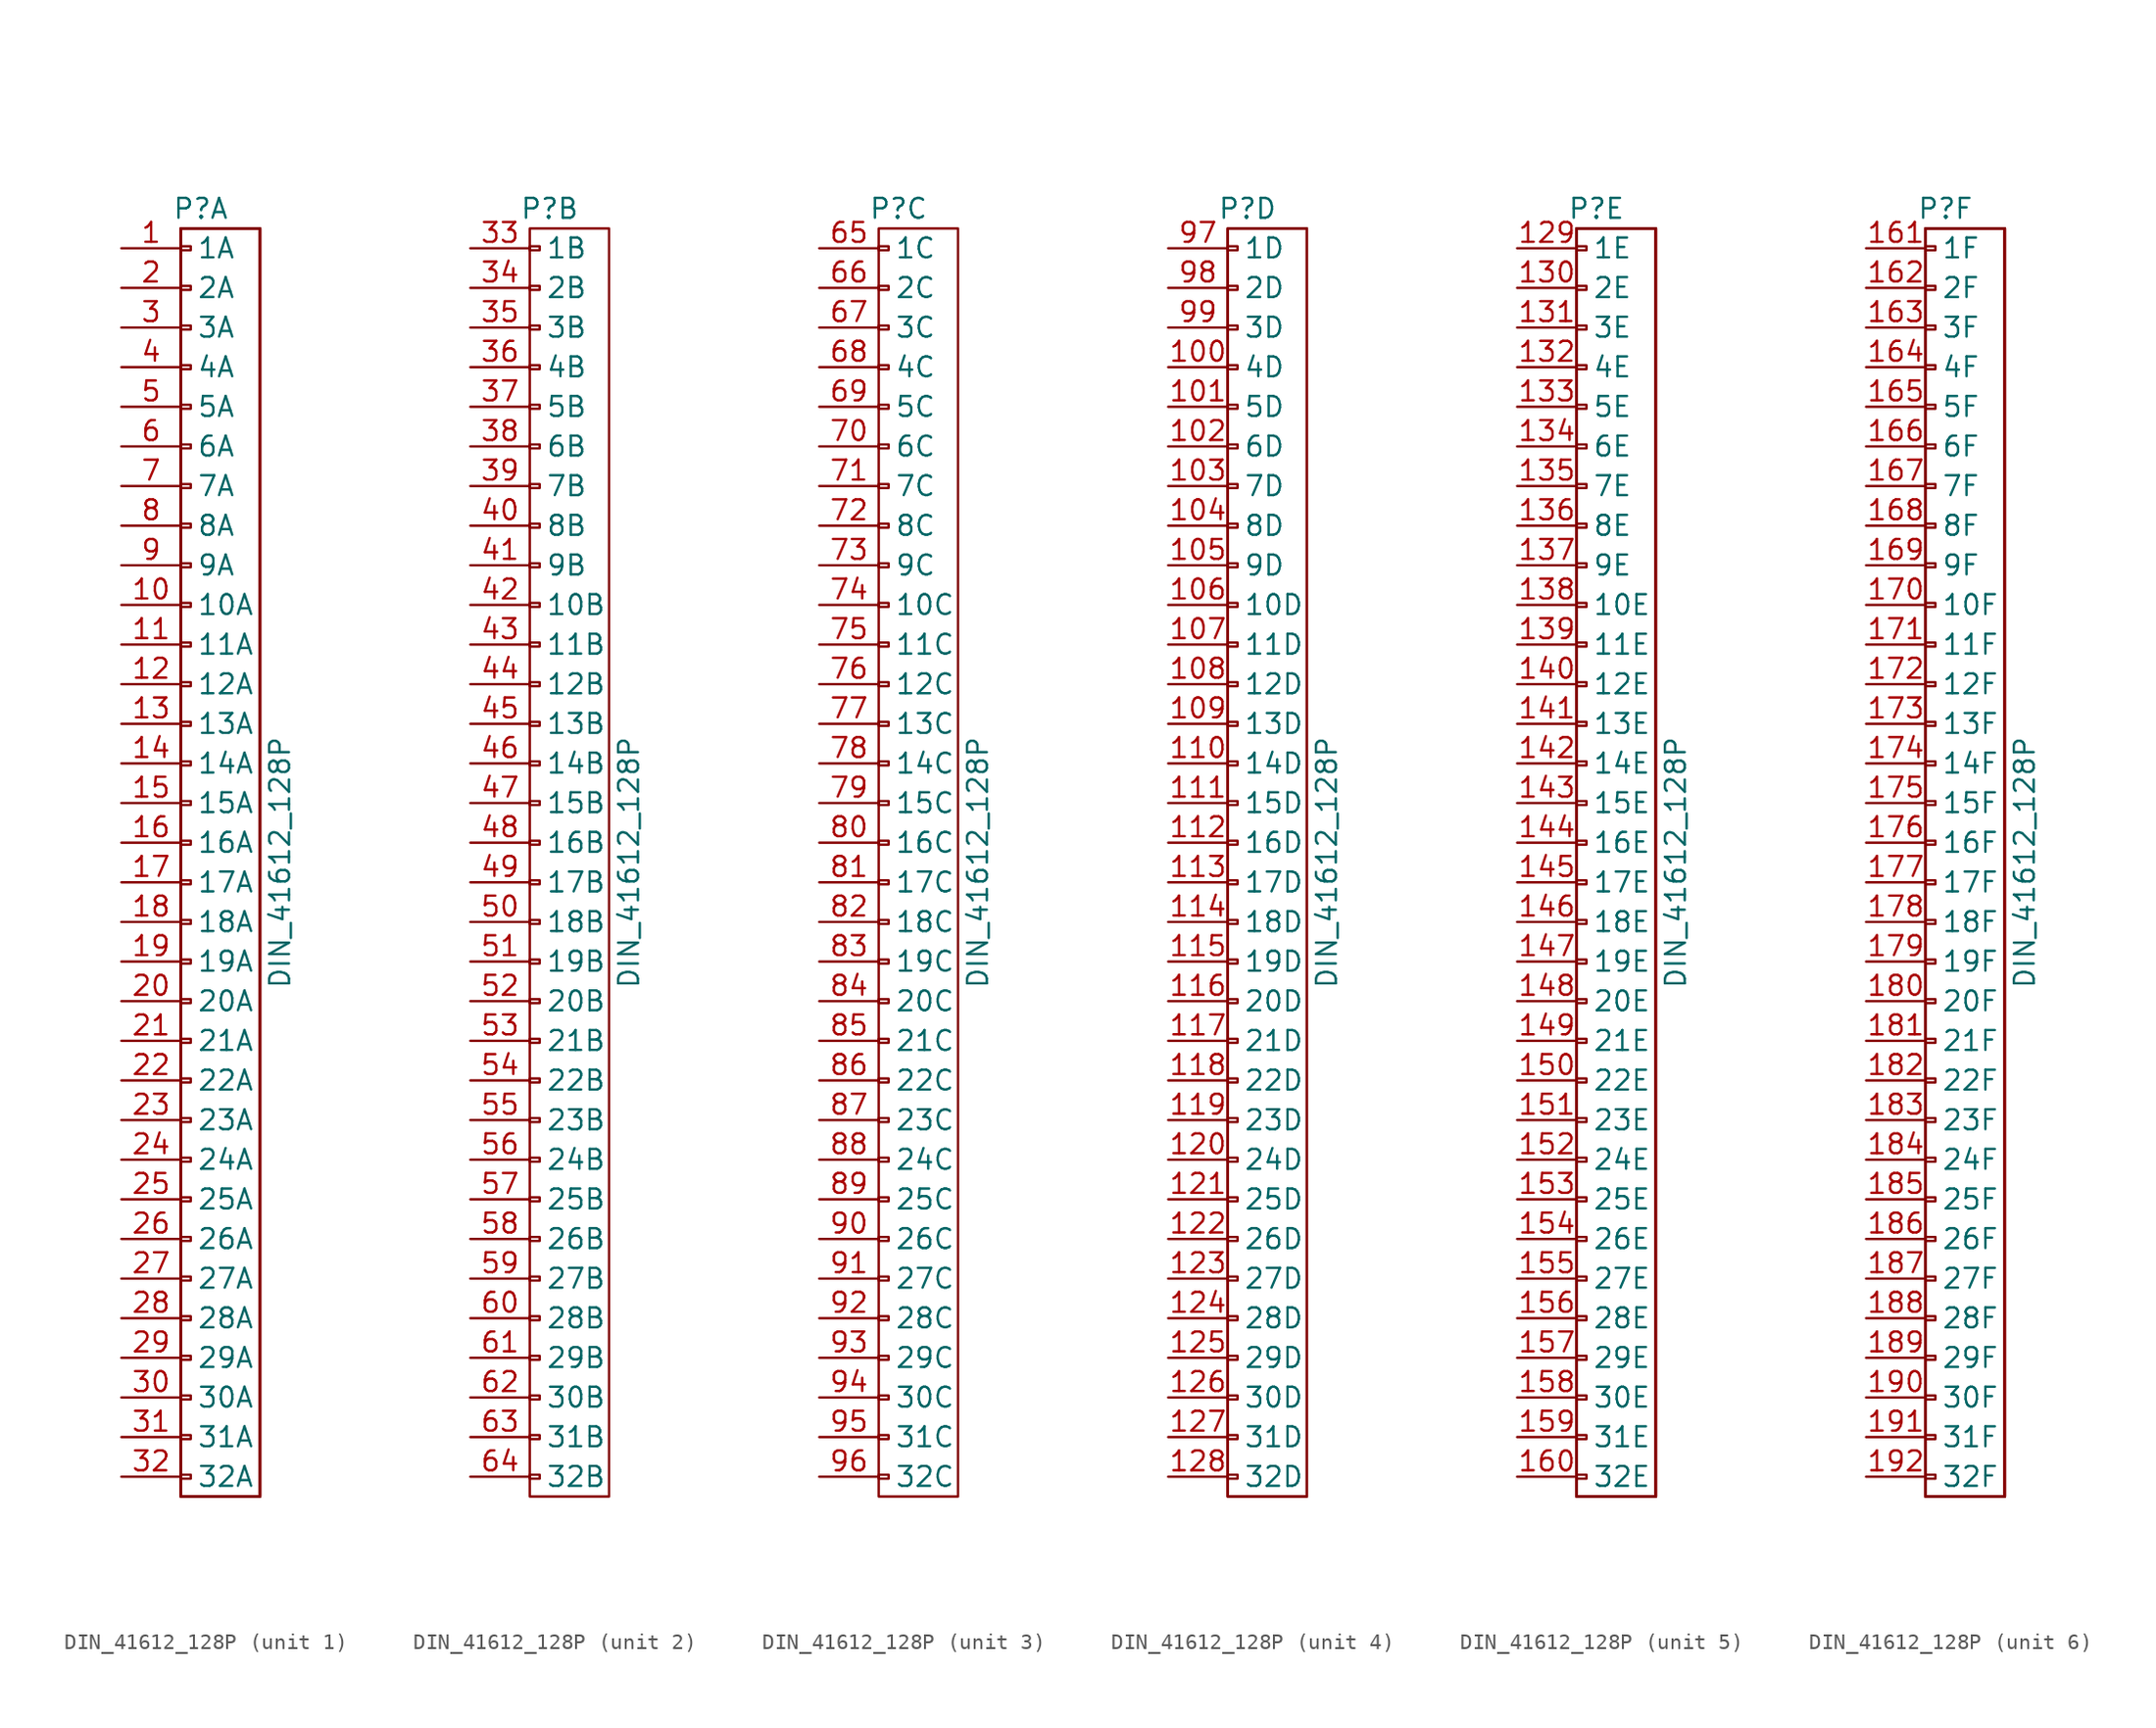
<source format=kicad_sym>
(kicad_symbol_lib
  (version 20211014)
  (generator kicad_symbol_editor)
  (symbol "DIN_41612_128P"
    (pin_names
      (offset 1.016))
    (property "Reference" "P"
      (at 0 41.91 0)
      (effects (font (size 1.27 1.27))))
    (property "Value" "DIN_41612_128P"
      (at 5.08 0 90)
      (effects (font (size 1.27 1.27))))
    (property "Footprint" ""
      (at 0 0 0)
      (effects (font (size 1.524 1.524))))
    (property "Datasheet" ""
      (at 0 0 0)
      (effects (font (size 1.524 1.524))))
    (property "ki_locked" ""
      (at 0 0 0)
      (effects (font (size 1.27 1.27))))
    (symbol "DIN_41612_128P_0_1"
      (rectangle (start -1.27 -39.243) (end -0.635 -39.497) (stroke (width 0) (type default) (color 0 0 0 0)) (fill (type none)))
      (rectangle (start -1.27 -36.703) (end -0.635 -36.957) (stroke (width 0) (type default) (color 0 0 0 0)) (fill (type none)))
      (rectangle (start -1.27 -34.163) (end -0.635 -34.417) (stroke (width 0) (type default) (color 0 0 0 0)) (fill (type none)))
      (rectangle (start -1.27 -31.623) (end -0.635 -31.877) (stroke (width 0) (type default) (color 0 0 0 0)) (fill (type none)))
      (rectangle (start -1.27 -29.083) (end -0.635 -29.337) (stroke (width 0) (type default) (color 0 0 0 0)) (fill (type none)))
      (rectangle (start -1.27 -26.543) (end -0.635 -26.797) (stroke (width 0) (type default) (color 0 0 0 0)) (fill (type none)))
      (rectangle (start -1.27 -24.003) (end -0.635 -24.257) (stroke (width 0) (type default) (color 0 0 0 0)) (fill (type none)))
      (rectangle (start -1.27 -21.463) (end -0.635 -21.717) (stroke (width 0) (type default) (color 0 0 0 0)) (fill (type none)))
      (rectangle (start -1.27 -18.923) (end -0.635 -19.177) (stroke (width 0) (type default) (color 0 0 0 0)) (fill (type none)))
      (rectangle (start -1.27 -16.383) (end -0.635 -16.637) (stroke (width 0) (type default) (color 0 0 0 0)) (fill (type none)))
      (rectangle (start -1.27 -13.843) (end -0.635 -14.097) (stroke (width 0) (type default) (color 0 0 0 0)) (fill (type none)))
      (rectangle (start -1.27 -11.303) (end -0.635 -11.557) (stroke (width 0) (type default) (color 0 0 0 0)) (fill (type none)))
      (rectangle (start -1.27 -8.763) (end -0.635 -9.017) (stroke (width 0) (type default) (color 0 0 0 0)) (fill (type none)))
      (rectangle (start -1.27 -6.223) (end -0.635 -6.477) (stroke (width 0) (type default) (color 0 0 0 0)) (fill (type none)))
      (rectangle (start -1.27 -3.683) (end -0.635 -3.937) (stroke (width 0) (type default) (color 0 0 0 0)) (fill (type none)))
      (rectangle (start -1.27 -1.143) (end -0.635 -1.397) (stroke (width 0) (type default) (color 0 0 0 0)) (fill (type none)))
      (rectangle (start -1.27 1.397) (end -0.635 1.143) (stroke (width 0) (type default) (color 0 0 0 0)) (fill (type none)))
      (rectangle (start -1.27 3.937) (end -0.635 3.683) (stroke (width 0) (type default) (color 0 0 0 0)) (fill (type none)))
      (rectangle (start -1.27 6.477) (end -0.635 6.223) (stroke (width 0) (type default) (color 0 0 0 0)) (fill (type none)))
      (rectangle (start -1.27 9.017) (end -0.635 8.763) (stroke (width 0) (type default) (color 0 0 0 0)) (fill (type none)))
      (rectangle (start -1.27 11.557) (end -0.635 11.303) (stroke (width 0) (type default) (color 0 0 0 0)) (fill (type none)))
      (rectangle (start -1.27 14.097) (end -0.635 13.843) (stroke (width 0) (type default) (color 0 0 0 0)) (fill (type none)))
      (rectangle (start -1.27 16.637) (end -0.635 16.383) (stroke (width 0) (type default) (color 0 0 0 0)) (fill (type none)))
      (rectangle (start -1.27 19.177) (end -0.635 18.923) (stroke (width 0) (type default) (color 0 0 0 0)) (fill (type none)))
      (rectangle (start -1.27 21.717) (end -0.635 21.463) (stroke (width 0) (type default) (color 0 0 0 0)) (fill (type none)))
      (rectangle (start -1.27 24.257) (end -0.635 24.003) (stroke (width 0) (type default) (color 0 0 0 0)) (fill (type none)))
      (rectangle (start -1.27 26.797) (end -0.635 26.543) (stroke (width 0) (type default) (color 0 0 0 0)) (fill (type none)))
      (rectangle (start -1.27 29.337) (end -0.635 29.083) (stroke (width 0) (type default) (color 0 0 0 0)) (fill (type none)))
      (rectangle (start -1.27 31.877) (end -0.635 31.623) (stroke (width 0) (type default) (color 0 0 0 0)) (fill (type none)))
      (rectangle (start -1.27 34.417) (end -0.635 34.163) (stroke (width 0) (type default) (color 0 0 0 0)) (fill (type none)))
      (rectangle (start -1.27 36.957) (end -0.635 36.703) (stroke (width 0) (type default) (color 0 0 0 0)) (fill (type none)))
      (rectangle (start -1.27 39.497) (end -0.635 39.243) (stroke (width 0) (type default) (color 0 0 0 0)) (fill (type none)))
      (rectangle (start -1.27 40.64) (end 3.81 -40.64) (stroke (width 0) (type default) (color 0 0 0 0)) (fill (type none))))
    (symbol "DIN_41612_128P_1_1"
      (rectangle (start -1.27 -40.64) (end 3.81 40.64) (stroke (width 0) (type default) (color 0 0 0 0)) (fill (type none)))
      (rectangle (start -1.27 -40.64) (end 3.81 40.64) (stroke (width 0) (type default) (color 0 0 0 0)) (fill (type none)))
      (rectangle (start -1.27 -40.64) (end 3.81 40.64) (stroke (width 0) (type default) (color 0 0 0 0)) (fill (type none)))
      (rectangle (start -1.27 -40.64) (end 3.81 40.64) (stroke (width 0) (type default) (color 0 0 0 0)) (fill (type none)))
      (pin passive line (at -5.08 39.37 0) (length 3.81) (name "1A" (effects (font (size 1.27 1.27)))) (number "1" (effects (font (size 1.27 1.27)))))
      (pin passive line (at -5.08 16.51 0) (length 3.81) (name "10A" (effects (font (size 1.27 1.27)))) (number "10" (effects (font (size 1.27 1.27)))))
      (pin passive line (at -5.08 13.97 0) (length 3.81) (name "11A" (effects (font (size 1.27 1.27)))) (number "11" (effects (font (size 1.27 1.27)))))
      (pin passive line (at -5.08 11.43 0) (length 3.81) (name "12A" (effects (font (size 1.27 1.27)))) (number "12" (effects (font (size 1.27 1.27)))))
      (pin passive line (at -5.08 8.89 0) (length 3.81) (name "13A" (effects (font (size 1.27 1.27)))) (number "13" (effects (font (size 1.27 1.27)))))
      (pin passive line (at -5.08 6.35 0) (length 3.81) (name "14A" (effects (font (size 1.27 1.27)))) (number "14" (effects (font (size 1.27 1.27)))))
      (pin passive line (at -5.08 3.81 0) (length 3.81) (name "15A" (effects (font (size 1.27 1.27)))) (number "15" (effects (font (size 1.27 1.27)))))
      (pin passive line (at -5.08 1.27 0) (length 3.81) (name "16A" (effects (font (size 1.27 1.27)))) (number "16" (effects (font (size 1.27 1.27)))))
      (pin passive line (at -5.08 -1.27 0) (length 3.81) (name "17A" (effects (font (size 1.27 1.27)))) (number "17" (effects (font (size 1.27 1.27)))))
      (pin passive line (at -5.08 -3.81 0) (length 3.81) (name "18A" (effects (font (size 1.27 1.27)))) (number "18" (effects (font (size 1.27 1.27)))))
      (pin passive line (at -5.08 -6.35 0) (length 3.81) (name "19A" (effects (font (size 1.27 1.27)))) (number "19" (effects (font (size 1.27 1.27)))))
      (pin passive line (at -5.08 36.83 0) (length 3.81) (name "2A" (effects (font (size 1.27 1.27)))) (number "2" (effects (font (size 1.27 1.27)))))
      (pin passive line (at -5.08 -8.89 0) (length 3.81) (name "20A" (effects (font (size 1.27 1.27)))) (number "20" (effects (font (size 1.27 1.27)))))
      (pin passive line (at -5.08 -11.43 0) (length 3.81) (name "21A" (effects (font (size 1.27 1.27)))) (number "21" (effects (font (size 1.27 1.27)))))
      (pin passive line (at -5.08 -13.97 0) (length 3.81) (name "22A" (effects (font (size 1.27 1.27)))) (number "22" (effects (font (size 1.27 1.27)))))
      (pin passive line (at -5.08 -16.51 0) (length 3.81) (name "23A" (effects (font (size 1.27 1.27)))) (number "23" (effects (font (size 1.27 1.27)))))
      (pin passive line (at -5.08 -19.05 0) (length 3.81) (name "24A" (effects (font (size 1.27 1.27)))) (number "24" (effects (font (size 1.27 1.27)))))
      (pin passive line (at -5.08 -21.59 0) (length 3.81) (name "25A" (effects (font (size 1.27 1.27)))) (number "25" (effects (font (size 1.27 1.27)))))
      (pin passive line (at -5.08 -24.13 0) (length 3.81) (name "26A" (effects (font (size 1.27 1.27)))) (number "26" (effects (font (size 1.27 1.27)))))
      (pin passive line (at -5.08 -26.67 0) (length 3.81) (name "27A" (effects (font (size 1.27 1.27)))) (number "27" (effects (font (size 1.27 1.27)))))
      (pin passive line (at -5.08 -29.21 0) (length 3.81) (name "28A" (effects (font (size 1.27 1.27)))) (number "28" (effects (font (size 1.27 1.27)))))
      (pin passive line (at -5.08 -31.75 0) (length 3.81) (name "29A" (effects (font (size 1.27 1.27)))) (number "29" (effects (font (size 1.27 1.27)))))
      (pin passive line (at -5.08 34.29 0) (length 3.81) (name "3A" (effects (font (size 1.27 1.27)))) (number "3" (effects (font (size 1.27 1.27)))))
      (pin passive line (at -5.08 -34.29 0) (length 3.81) (name "30A" (effects (font (size 1.27 1.27)))) (number "30" (effects (font (size 1.27 1.27)))))
      (pin passive line (at -5.08 -36.83 0) (length 3.81) (name "31A" (effects (font (size 1.27 1.27)))) (number "31" (effects (font (size 1.27 1.27)))))
      (pin passive line (at -5.08 -39.37 0) (length 3.81) (name "32A" (effects (font (size 1.27 1.27)))) (number "32" (effects (font (size 1.27 1.27)))))
      (pin passive line (at -5.08 31.75 0) (length 3.81) (name "4A" (effects (font (size 1.27 1.27)))) (number "4" (effects (font (size 1.27 1.27)))))
      (pin passive line (at -5.08 29.21 0) (length 3.81) (name "5A" (effects (font (size 1.27 1.27)))) (number "5" (effects (font (size 1.27 1.27)))))
      (pin passive line (at -5.08 26.67 0) (length 3.81) (name "6A" (effects (font (size 1.27 1.27)))) (number "6" (effects (font (size 1.27 1.27)))))
      (pin passive line (at -5.08 24.13 0) (length 3.81) (name "7A" (effects (font (size 1.27 1.27)))) (number "7" (effects (font (size 1.27 1.27)))))
      (pin passive line (at -5.08 21.59 0) (length 3.81) (name "8A" (effects (font (size 1.27 1.27)))) (number "8" (effects (font (size 1.27 1.27)))))
      (pin passive line (at -5.08 19.05 0) (length 3.81) (name "9A" (effects (font (size 1.27 1.27)))) (number "9" (effects (font (size 1.27 1.27))))))
    (symbol "DIN_41612_128P_2_1"
      (pin passive line (at -5.08 39.37 0) (length 3.81) (name "1B" (effects (font (size 1.27 1.27)))) (number "33" (effects (font (size 1.27 1.27)))))
      (pin passive line (at -5.08 36.83 0) (length 3.81) (name "2B" (effects (font (size 1.27 1.27)))) (number "34" (effects (font (size 1.27 1.27)))))
      (pin passive line (at -5.08 34.29 0) (length 3.81) (name "3B" (effects (font (size 1.27 1.27)))) (number "35" (effects (font (size 1.27 1.27)))))
      (pin passive line (at -5.08 31.75 0) (length 3.81) (name "4B" (effects (font (size 1.27 1.27)))) (number "36" (effects (font (size 1.27 1.27)))))
      (pin passive line (at -5.08 29.21 0) (length 3.81) (name "5B" (effects (font (size 1.27 1.27)))) (number "37" (effects (font (size 1.27 1.27)))))
      (pin passive line (at -5.08 26.67 0) (length 3.81) (name "6B" (effects (font (size 1.27 1.27)))) (number "38" (effects (font (size 1.27 1.27)))))
      (pin passive line (at -5.08 24.13 0) (length 3.81) (name "7B" (effects (font (size 1.27 1.27)))) (number "39" (effects (font (size 1.27 1.27)))))
      (pin passive line (at -5.08 21.59 0) (length 3.81) (name "8B" (effects (font (size 1.27 1.27)))) (number "40" (effects (font (size 1.27 1.27)))))
      (pin passive line (at -5.08 19.05 0) (length 3.81) (name "9B" (effects (font (size 1.27 1.27)))) (number "41" (effects (font (size 1.27 1.27)))))
      (pin passive line (at -5.08 16.51 0) (length 3.81) (name "10B" (effects (font (size 1.27 1.27)))) (number "42" (effects (font (size 1.27 1.27)))))
      (pin passive line (at -5.08 13.97 0) (length 3.81) (name "11B" (effects (font (size 1.27 1.27)))) (number "43" (effects (font (size 1.27 1.27)))))
      (pin passive line (at -5.08 11.43 0) (length 3.81) (name "12B" (effects (font (size 1.27 1.27)))) (number "44" (effects (font (size 1.27 1.27)))))
      (pin passive line (at -5.08 8.89 0) (length 3.81) (name "13B" (effects (font (size 1.27 1.27)))) (number "45" (effects (font (size 1.27 1.27)))))
      (pin passive line (at -5.08 6.35 0) (length 3.81) (name "14B" (effects (font (size 1.27 1.27)))) (number "46" (effects (font (size 1.27 1.27)))))
      (pin passive line (at -5.08 3.81 0) (length 3.81) (name "15B" (effects (font (size 1.27 1.27)))) (number "47" (effects (font (size 1.27 1.27)))))
      (pin passive line (at -5.08 1.27 0) (length 3.81) (name "16B" (effects (font (size 1.27 1.27)))) (number "48" (effects (font (size 1.27 1.27)))))
      (pin passive line (at -5.08 -1.27 0) (length 3.81) (name "17B" (effects (font (size 1.27 1.27)))) (number "49" (effects (font (size 1.27 1.27)))))
      (pin passive line (at -5.08 -3.81 0) (length 3.81) (name "18B" (effects (font (size 1.27 1.27)))) (number "50" (effects (font (size 1.27 1.27)))))
      (pin passive line (at -5.08 -6.35 0) (length 3.81) (name "19B" (effects (font (size 1.27 1.27)))) (number "51" (effects (font (size 1.27 1.27)))))
      (pin passive line (at -5.08 -8.89 0) (length 3.81) (name "20B" (effects (font (size 1.27 1.27)))) (number "52" (effects (font (size 1.27 1.27)))))
      (pin passive line (at -5.08 -11.43 0) (length 3.81) (name "21B" (effects (font (size 1.27 1.27)))) (number "53" (effects (font (size 1.27 1.27)))))
      (pin passive line (at -5.08 -13.97 0) (length 3.81) (name "22B" (effects (font (size 1.27 1.27)))) (number "54" (effects (font (size 1.27 1.27)))))
      (pin passive line (at -5.08 -16.51 0) (length 3.81) (name "23B" (effects (font (size 1.27 1.27)))) (number "55" (effects (font (size 1.27 1.27)))))
      (pin passive line (at -5.08 -19.05 0) (length 3.81) (name "24B" (effects (font (size 1.27 1.27)))) (number "56" (effects (font (size 1.27 1.27)))))
      (pin passive line (at -5.08 -21.59 0) (length 3.81) (name "25B" (effects (font (size 1.27 1.27)))) (number "57" (effects (font (size 1.27 1.27)))))
      (pin passive line (at -5.08 -24.13 0) (length 3.81) (name "26B" (effects (font (size 1.27 1.27)))) (number "58" (effects (font (size 1.27 1.27)))))
      (pin passive line (at -5.08 -26.67 0) (length 3.81) (name "27B" (effects (font (size 1.27 1.27)))) (number "59" (effects (font (size 1.27 1.27)))))
      (pin passive line (at -5.08 -29.21 0) (length 3.81) (name "28B" (effects (font (size 1.27 1.27)))) (number "60" (effects (font (size 1.27 1.27)))))
      (pin passive line (at -5.08 -31.75 0) (length 3.81) (name "29B" (effects (font (size 1.27 1.27)))) (number "61" (effects (font (size 1.27 1.27)))))
      (pin passive line (at -5.08 -34.29 0) (length 3.81) (name "30B" (effects (font (size 1.27 1.27)))) (number "62" (effects (font (size 1.27 1.27)))))
      (pin passive line (at -5.08 -36.83 0) (length 3.81) (name "31B" (effects (font (size 1.27 1.27)))) (number "63" (effects (font (size 1.27 1.27)))))
      (pin passive line (at -5.08 -39.37 0) (length 3.81) (name "32B" (effects (font (size 1.27 1.27)))) (number "64" (effects (font (size 1.27 1.27))))))
    (symbol "DIN_41612_128P_3_1"
      (pin passive line (at -5.08 39.37 0) (length 3.81) (name "1C" (effects (font (size 1.27 1.27)))) (number "65" (effects (font (size 1.27 1.27)))))
      (pin passive line (at -5.08 36.83 0) (length 3.81) (name "2C" (effects (font (size 1.27 1.27)))) (number "66" (effects (font (size 1.27 1.27)))))
      (pin passive line (at -5.08 34.29 0) (length 3.81) (name "3C" (effects (font (size 1.27 1.27)))) (number "67" (effects (font (size 1.27 1.27)))))
      (pin passive line (at -5.08 31.75 0) (length 3.81) (name "4C" (effects (font (size 1.27 1.27)))) (number "68" (effects (font (size 1.27 1.27)))))
      (pin passive line (at -5.08 29.21 0) (length 3.81) (name "5C" (effects (font (size 1.27 1.27)))) (number "69" (effects (font (size 1.27 1.27)))))
      (pin passive line (at -5.08 26.67 0) (length 3.81) (name "6C" (effects (font (size 1.27 1.27)))) (number "70" (effects (font (size 1.27 1.27)))))
      (pin passive line (at -5.08 24.13 0) (length 3.81) (name "7C" (effects (font (size 1.27 1.27)))) (number "71" (effects (font (size 1.27 1.27)))))
      (pin passive line (at -5.08 21.59 0) (length 3.81) (name "8C" (effects (font (size 1.27 1.27)))) (number "72" (effects (font (size 1.27 1.27)))))
      (pin passive line (at -5.08 19.05 0) (length 3.81) (name "9C" (effects (font (size 1.27 1.27)))) (number "73" (effects (font (size 1.27 1.27)))))
      (pin passive line (at -5.08 16.51 0) (length 3.81) (name "10C" (effects (font (size 1.27 1.27)))) (number "74" (effects (font (size 1.27 1.27)))))
      (pin passive line (at -5.08 13.97 0) (length 3.81) (name "11C" (effects (font (size 1.27 1.27)))) (number "75" (effects (font (size 1.27 1.27)))))
      (pin passive line (at -5.08 11.43 0) (length 3.81) (name "12C" (effects (font (size 1.27 1.27)))) (number "76" (effects (font (size 1.27 1.27)))))
      (pin passive line (at -5.08 8.89 0) (length 3.81) (name "13C" (effects (font (size 1.27 1.27)))) (number "77" (effects (font (size 1.27 1.27)))))
      (pin passive line (at -5.08 6.35 0) (length 3.81) (name "14C" (effects (font (size 1.27 1.27)))) (number "78" (effects (font (size 1.27 1.27)))))
      (pin passive line (at -5.08 3.81 0) (length 3.81) (name "15C" (effects (font (size 1.27 1.27)))) (number "79" (effects (font (size 1.27 1.27)))))
      (pin passive line (at -5.08 1.27 0) (length 3.81) (name "16C" (effects (font (size 1.27 1.27)))) (number "80" (effects (font (size 1.27 1.27)))))
      (pin passive line (at -5.08 -1.27 0) (length 3.81) (name "17C" (effects (font (size 1.27 1.27)))) (number "81" (effects (font (size 1.27 1.27)))))
      (pin passive line (at -5.08 -3.81 0) (length 3.81) (name "18C" (effects (font (size 1.27 1.27)))) (number "82" (effects (font (size 1.27 1.27)))))
      (pin passive line (at -5.08 -6.35 0) (length 3.81) (name "19C" (effects (font (size 1.27 1.27)))) (number "83" (effects (font (size 1.27 1.27)))))
      (pin passive line (at -5.08 -8.89 0) (length 3.81) (name "20C" (effects (font (size 1.27 1.27)))) (number "84" (effects (font (size 1.27 1.27)))))
      (pin passive line (at -5.08 -11.43 0) (length 3.81) (name "21C" (effects (font (size 1.27 1.27)))) (number "85" (effects (font (size 1.27 1.27)))))
      (pin passive line (at -5.08 -13.97 0) (length 3.81) (name "22C" (effects (font (size 1.27 1.27)))) (number "86" (effects (font (size 1.27 1.27)))))
      (pin passive line (at -5.08 -16.51 0) (length 3.81) (name "23C" (effects (font (size 1.27 1.27)))) (number "87" (effects (font (size 1.27 1.27)))))
      (pin passive line (at -5.08 -19.05 0) (length 3.81) (name "24C" (effects (font (size 1.27 1.27)))) (number "88" (effects (font (size 1.27 1.27)))))
      (pin passive line (at -5.08 -21.59 0) (length 3.81) (name "25C" (effects (font (size 1.27 1.27)))) (number "89" (effects (font (size 1.27 1.27)))))
      (pin passive line (at -5.08 -24.13 0) (length 3.81) (name "26C" (effects (font (size 1.27 1.27)))) (number "90" (effects (font (size 1.27 1.27)))))
      (pin passive line (at -5.08 -26.67 0) (length 3.81) (name "27C" (effects (font (size 1.27 1.27)))) (number "91" (effects (font (size 1.27 1.27)))))
      (pin passive line (at -5.08 -29.21 0) (length 3.81) (name "28C" (effects (font (size 1.27 1.27)))) (number "92" (effects (font (size 1.27 1.27)))))
      (pin passive line (at -5.08 -31.75 0) (length 3.81) (name "29C" (effects (font (size 1.27 1.27)))) (number "93" (effects (font (size 1.27 1.27)))))
      (pin passive line (at -5.08 -34.29 0) (length 3.81) (name "30C" (effects (font (size 1.27 1.27)))) (number "94" (effects (font (size 1.27 1.27)))))
      (pin passive line (at -5.08 -36.83 0) (length 3.81) (name "31C" (effects (font (size 1.27 1.27)))) (number "95" (effects (font (size 1.27 1.27)))))
      (pin passive line (at -5.08 -39.37 0) (length 3.81) (name "32C" (effects (font (size 1.27 1.27)))) (number "96" (effects (font (size 1.27 1.27))))))
    (symbol "DIN_41612_128P_4_1"
      (rectangle (start -1.27 -40.64) (end 3.81 40.64) (stroke (width 0) (type default) (color 0 0 0 0)) (fill (type none)))
      (pin passive line (at -5.08 31.75 0) (length 3.81) (name "4D" (effects (font (size 1.27 1.27)))) (number "100" (effects (font (size 1.27 1.27)))))
      (pin passive line (at -5.08 29.21 0) (length 3.81) (name "5D" (effects (font (size 1.27 1.27)))) (number "101" (effects (font (size 1.27 1.27)))))
      (pin passive line (at -5.08 26.67 0) (length 3.81) (name "6D" (effects (font (size 1.27 1.27)))) (number "102" (effects (font (size 1.27 1.27)))))
      (pin passive line (at -5.08 24.13 0) (length 3.81) (name "7D" (effects (font (size 1.27 1.27)))) (number "103" (effects (font (size 1.27 1.27)))))
      (pin passive line (at -5.08 21.59 0) (length 3.81) (name "8D" (effects (font (size 1.27 1.27)))) (number "104" (effects (font (size 1.27 1.27)))))
      (pin passive line (at -5.08 19.05 0) (length 3.81) (name "9D" (effects (font (size 1.27 1.27)))) (number "105" (effects (font (size 1.27 1.27)))))
      (pin passive line (at -5.08 16.51 0) (length 3.81) (name "10D" (effects (font (size 1.27 1.27)))) (number "106" (effects (font (size 1.27 1.27)))))
      (pin passive line (at -5.08 13.97 0) (length 3.81) (name "11D" (effects (font (size 1.27 1.27)))) (number "107" (effects (font (size 1.27 1.27)))))
      (pin passive line (at -5.08 11.43 0) (length 3.81) (name "12D" (effects (font (size 1.27 1.27)))) (number "108" (effects (font (size 1.27 1.27)))))
      (pin passive line (at -5.08 8.89 0) (length 3.81) (name "13D" (effects (font (size 1.27 1.27)))) (number "109" (effects (font (size 1.27 1.27)))))
      (pin passive line (at -5.08 6.35 0) (length 3.81) (name "14D" (effects (font (size 1.27 1.27)))) (number "110" (effects (font (size 1.27 1.27)))))
      (pin passive line (at -5.08 3.81 0) (length 3.81) (name "15D" (effects (font (size 1.27 1.27)))) (number "111" (effects (font (size 1.27 1.27)))))
      (pin passive line (at -5.08 1.27 0) (length 3.81) (name "16D" (effects (font (size 1.27 1.27)))) (number "112" (effects (font (size 1.27 1.27)))))
      (pin passive line (at -5.08 -1.27 0) (length 3.81) (name "17D" (effects (font (size 1.27 1.27)))) (number "113" (effects (font (size 1.27 1.27)))))
      (pin passive line (at -5.08 -3.81 0) (length 3.81) (name "18D" (effects (font (size 1.27 1.27)))) (number "114" (effects (font (size 1.27 1.27)))))
      (pin passive line (at -5.08 -6.35 0) (length 3.81) (name "19D" (effects (font (size 1.27 1.27)))) (number "115" (effects (font (size 1.27 1.27)))))
      (pin passive line (at -5.08 -8.89 0) (length 3.81) (name "20D" (effects (font (size 1.27 1.27)))) (number "116" (effects (font (size 1.27 1.27)))))
      (pin passive line (at -5.08 -11.43 0) (length 3.81) (name "21D" (effects (font (size 1.27 1.27)))) (number "117" (effects (font (size 1.27 1.27)))))
      (pin passive line (at -5.08 -13.97 0) (length 3.81) (name "22D" (effects (font (size 1.27 1.27)))) (number "118" (effects (font (size 1.27 1.27)))))
      (pin passive line (at -5.08 -16.51 0) (length 3.81) (name "23D" (effects (font (size 1.27 1.27)))) (number "119" (effects (font (size 1.27 1.27)))))
      (pin passive line (at -5.08 -19.05 0) (length 3.81) (name "24D" (effects (font (size 1.27 1.27)))) (number "120" (effects (font (size 1.27 1.27)))))
      (pin passive line (at -5.08 -21.59 0) (length 3.81) (name "25D" (effects (font (size 1.27 1.27)))) (number "121" (effects (font (size 1.27 1.27)))))
      (pin passive line (at -5.08 -24.13 0) (length 3.81) (name "26D" (effects (font (size 1.27 1.27)))) (number "122" (effects (font (size 1.27 1.27)))))
      (pin passive line (at -5.08 -26.67 0) (length 3.81) (name "27D" (effects (font (size 1.27 1.27)))) (number "123" (effects (font (size 1.27 1.27)))))
      (pin passive line (at -5.08 -29.21 0) (length 3.81) (name "28D" (effects (font (size 1.27 1.27)))) (number "124" (effects (font (size 1.27 1.27)))))
      (pin passive line (at -5.08 -31.75 0) (length 3.81) (name "29D" (effects (font (size 1.27 1.27)))) (number "125" (effects (font (size 1.27 1.27)))))
      (pin passive line (at -5.08 -34.29 0) (length 3.81) (name "30D" (effects (font (size 1.27 1.27)))) (number "126" (effects (font (size 1.27 1.27)))))
      (pin passive line (at -5.08 -36.83 0) (length 3.81) (name "31D" (effects (font (size 1.27 1.27)))) (number "127" (effects (font (size 1.27 1.27)))))
      (pin passive line (at -5.08 -39.37 0) (length 3.81) (name "32D" (effects (font (size 1.27 1.27)))) (number "128" (effects (font (size 1.27 1.27)))))
      (pin passive line (at -5.08 39.37 0) (length 3.81) (name "1D" (effects (font (size 1.27 1.27)))) (number "97" (effects (font (size 1.27 1.27)))))
      (pin passive line (at -5.08 36.83 0) (length 3.81) (name "2D" (effects (font (size 1.27 1.27)))) (number "98" (effects (font (size 1.27 1.27)))))
      (pin passive line (at -5.08 34.29 0) (length 3.81) (name "3D" (effects (font (size 1.27 1.27)))) (number "99" (effects (font (size 1.27 1.27))))))
    (symbol "DIN_41612_128P_5_1"
      (rectangle (start -1.27 -40.64) (end 3.81 40.64) (stroke (width 0) (type default) (color 0 0 0 0)) (fill (type none)))
      (rectangle (start -1.27 -40.64) (end 3.81 40.64) (stroke (width 0) (type default) (color 0 0 0 0)) (fill (type none)))
      (rectangle (start -1.27 -40.64) (end 3.81 40.64) (stroke (width 0) (type default) (color 0 0 0 0)) (fill (type none)))
      (rectangle (start -1.27 -40.64) (end 3.81 40.64) (stroke (width 0) (type default) (color 0 0 0 0)) (fill (type none)))
      (pin passive line (at -5.08 39.37 0) (length 3.81) (name "1E" (effects (font (size 1.27 1.27)))) (number "129" (effects (font (size 1.27 1.27)))))
      (pin passive line (at -5.08 36.83 0) (length 3.81) (name "2E" (effects (font (size 1.27 1.27)))) (number "130" (effects (font (size 1.27 1.27)))))
      (pin passive line (at -5.08 34.29 0) (length 3.81) (name "3E" (effects (font (size 1.27 1.27)))) (number "131" (effects (font (size 1.27 1.27)))))
      (pin passive line (at -5.08 31.75 0) (length 3.81) (name "4E" (effects (font (size 1.27 1.27)))) (number "132" (effects (font (size 1.27 1.27)))))
      (pin passive line (at -5.08 29.21 0) (length 3.81) (name "5E" (effects (font (size 1.27 1.27)))) (number "133" (effects (font (size 1.27 1.27)))))
      (pin passive line (at -5.08 26.67 0) (length 3.81) (name "6E" (effects (font (size 1.27 1.27)))) (number "134" (effects (font (size 1.27 1.27)))))
      (pin passive line (at -5.08 24.13 0) (length 3.81) (name "7E" (effects (font (size 1.27 1.27)))) (number "135" (effects (font (size 1.27 1.27)))))
      (pin passive line (at -5.08 21.59 0) (length 3.81) (name "8E" (effects (font (size 1.27 1.27)))) (number "136" (effects (font (size 1.27 1.27)))))
      (pin passive line (at -5.08 19.05 0) (length 3.81) (name "9E" (effects (font (size 1.27 1.27)))) (number "137" (effects (font (size 1.27 1.27)))))
      (pin passive line (at -5.08 16.51 0) (length 3.81) (name "10E" (effects (font (size 1.27 1.27)))) (number "138" (effects (font (size 1.27 1.27)))))
      (pin passive line (at -5.08 13.97 0) (length 3.81) (name "11E" (effects (font (size 1.27 1.27)))) (number "139" (effects (font (size 1.27 1.27)))))
      (pin passive line (at -5.08 11.43 0) (length 3.81) (name "12E" (effects (font (size 1.27 1.27)))) (number "140" (effects (font (size 1.27 1.27)))))
      (pin passive line (at -5.08 8.89 0) (length 3.81) (name "13E" (effects (font (size 1.27 1.27)))) (number "141" (effects (font (size 1.27 1.27)))))
      (pin passive line (at -5.08 6.35 0) (length 3.81) (name "14E" (effects (font (size 1.27 1.27)))) (number "142" (effects (font (size 1.27 1.27)))))
      (pin passive line (at -5.08 3.81 0) (length 3.81) (name "15E" (effects (font (size 1.27 1.27)))) (number "143" (effects (font (size 1.27 1.27)))))
      (pin passive line (at -5.08 1.27 0) (length 3.81) (name "16E" (effects (font (size 1.27 1.27)))) (number "144" (effects (font (size 1.27 1.27)))))
      (pin passive line (at -5.08 -1.27 0) (length 3.81) (name "17E" (effects (font (size 1.27 1.27)))) (number "145" (effects (font (size 1.27 1.27)))))
      (pin passive line (at -5.08 -3.81 0) (length 3.81) (name "18E" (effects (font (size 1.27 1.27)))) (number "146" (effects (font (size 1.27 1.27)))))
      (pin passive line (at -5.08 -6.35 0) (length 3.81) (name "19E" (effects (font (size 1.27 1.27)))) (number "147" (effects (font (size 1.27 1.27)))))
      (pin passive line (at -5.08 -8.89 0) (length 3.81) (name "20E" (effects (font (size 1.27 1.27)))) (number "148" (effects (font (size 1.27 1.27)))))
      (pin passive line (at -5.08 -11.43 0) (length 3.81) (name "21E" (effects (font (size 1.27 1.27)))) (number "149" (effects (font (size 1.27 1.27)))))
      (pin passive line (at -5.08 -13.97 0) (length 3.81) (name "22E" (effects (font (size 1.27 1.27)))) (number "150" (effects (font (size 1.27 1.27)))))
      (pin passive line (at -5.08 -16.51 0) (length 3.81) (name "23E" (effects (font (size 1.27 1.27)))) (number "151" (effects (font (size 1.27 1.27)))))
      (pin passive line (at -5.08 -19.05 0) (length 3.81) (name "24E" (effects (font (size 1.27 1.27)))) (number "152" (effects (font (size 1.27 1.27)))))
      (pin passive line (at -5.08 -21.59 0) (length 3.81) (name "25E" (effects (font (size 1.27 1.27)))) (number "153" (effects (font (size 1.27 1.27)))))
      (pin passive line (at -5.08 -24.13 0) (length 3.81) (name "26E" (effects (font (size 1.27 1.27)))) (number "154" (effects (font (size 1.27 1.27)))))
      (pin passive line (at -5.08 -26.67 0) (length 3.81) (name "27E" (effects (font (size 1.27 1.27)))) (number "155" (effects (font (size 1.27 1.27)))))
      (pin passive line (at -5.08 -29.21 0) (length 3.81) (name "28E" (effects (font (size 1.27 1.27)))) (number "156" (effects (font (size 1.27 1.27)))))
      (pin passive line (at -5.08 -31.75 0) (length 3.81) (name "29E" (effects (font (size 1.27 1.27)))) (number "157" (effects (font (size 1.27 1.27)))))
      (pin passive line (at -5.08 -34.29 0) (length 3.81) (name "30E" (effects (font (size 1.27 1.27)))) (number "158" (effects (font (size 1.27 1.27)))))
      (pin passive line (at -5.08 -36.83 0) (length 3.81) (name "31E" (effects (font (size 1.27 1.27)))) (number "159" (effects (font (size 1.27 1.27)))))
      (pin passive line (at -5.08 -39.37 0) (length 3.81) (name "32E" (effects (font (size 1.27 1.27)))) (number "160" (effects (font (size 1.27 1.27))))))
    (symbol "DIN_41612_128P_6_1"
      (rectangle (start -1.27 -40.64) (end 3.81 40.64) (stroke (width 0) (type default) (color 0 0 0 0)) (fill (type none)))
      (rectangle (start -1.27 -40.64) (end 3.81 40.64) (stroke (width 0) (type default) (color 0 0 0 0)) (fill (type none)))
      (rectangle (start -1.27 -40.64) (end 3.81 40.64) (stroke (width 0) (type default) (color 0 0 0 0)) (fill (type none)))
      (rectangle (start -1.27 -40.64) (end 3.81 40.64) (stroke (width 0) (type default) (color 0 0 0 0)) (fill (type none)))
      (pin passive line (at -5.08 39.37 0) (length 3.81) (name "1F" (effects (font (size 1.27 1.27)))) (number "161" (effects (font (size 1.27 1.27)))))
      (pin passive line (at -5.08 36.83 0) (length 3.81) (name "2F" (effects (font (size 1.27 1.27)))) (number "162" (effects (font (size 1.27 1.27)))))
      (pin passive line (at -5.08 34.29 0) (length 3.81) (name "3F" (effects (font (size 1.27 1.27)))) (number "163" (effects (font (size 1.27 1.27)))))
      (pin passive line (at -5.08 31.75 0) (length 3.81) (name "4F" (effects (font (size 1.27 1.27)))) (number "164" (effects (font (size 1.27 1.27)))))
      (pin passive line (at -5.08 29.21 0) (length 3.81) (name "5F" (effects (font (size 1.27 1.27)))) (number "165" (effects (font (size 1.27 1.27)))))
      (pin passive line (at -5.08 26.67 0) (length 3.81) (name "6F" (effects (font (size 1.27 1.27)))) (number "166" (effects (font (size 1.27 1.27)))))
      (pin passive line (at -5.08 24.13 0) (length 3.81) (name "7F" (effects (font (size 1.27 1.27)))) (number "167" (effects (font (size 1.27 1.27)))))
      (pin passive line (at -5.08 21.59 0) (length 3.81) (name "8F" (effects (font (size 1.27 1.27)))) (number "168" (effects (font (size 1.27 1.27)))))
      (pin passive line (at -5.08 19.05 0) (length 3.81) (name "9F" (effects (font (size 1.27 1.27)))) (number "169" (effects (font (size 1.27 1.27)))))
      (pin passive line (at -5.08 16.51 0) (length 3.81) (name "10F" (effects (font (size 1.27 1.27)))) (number "170" (effects (font (size 1.27 1.27)))))
      (pin passive line (at -5.08 13.97 0) (length 3.81) (name "11F" (effects (font (size 1.27 1.27)))) (number "171" (effects (font (size 1.27 1.27)))))
      (pin passive line (at -5.08 11.43 0) (length 3.81) (name "12F" (effects (font (size 1.27 1.27)))) (number "172" (effects (font (size 1.27 1.27)))))
      (pin passive line (at -5.08 8.89 0) (length 3.81) (name "13F" (effects (font (size 1.27 1.27)))) (number "173" (effects (font (size 1.27 1.27)))))
      (pin passive line (at -5.08 6.35 0) (length 3.81) (name "14F" (effects (font (size 1.27 1.27)))) (number "174" (effects (font (size 1.27 1.27)))))
      (pin passive line (at -5.08 3.81 0) (length 3.81) (name "15F" (effects (font (size 1.27 1.27)))) (number "175" (effects (font (size 1.27 1.27)))))
      (pin passive line (at -5.08 1.27 0) (length 3.81) (name "16F" (effects (font (size 1.27 1.27)))) (number "176" (effects (font (size 1.27 1.27)))))
      (pin passive line (at -5.08 -1.27 0) (length 3.81) (name "17F" (effects (font (size 1.27 1.27)))) (number "177" (effects (font (size 1.27 1.27)))))
      (pin passive line (at -5.08 -3.81 0) (length 3.81) (name "18F" (effects (font (size 1.27 1.27)))) (number "178" (effects (font (size 1.27 1.27)))))
      (pin passive line (at -5.08 -6.35 0) (length 3.81) (name "19F" (effects (font (size 1.27 1.27)))) (number "179" (effects (font (size 1.27 1.27)))))
      (pin passive line (at -5.08 -8.89 0) (length 3.81) (name "20F" (effects (font (size 1.27 1.27)))) (number "180" (effects (font (size 1.27 1.27)))))
      (pin passive line (at -5.08 -11.43 0) (length 3.81) (name "21F" (effects (font (size 1.27 1.27)))) (number "181" (effects (font (size 1.27 1.27)))))
      (pin passive line (at -5.08 -13.97 0) (length 3.81) (name "22F" (effects (font (size 1.27 1.27)))) (number "182" (effects (font (size 1.27 1.27)))))
      (pin passive line (at -5.08 -16.51 0) (length 3.81) (name "23F" (effects (font (size 1.27 1.27)))) (number "183" (effects (font (size 1.27 1.27)))))
      (pin passive line (at -5.08 -19.05 0) (length 3.81) (name "24F" (effects (font (size 1.27 1.27)))) (number "184" (effects (font (size 1.27 1.27)))))
      (pin passive line (at -5.08 -21.59 0) (length 3.81) (name "25F" (effects (font (size 1.27 1.27)))) (number "185" (effects (font (size 1.27 1.27)))))
      (pin passive line (at -5.08 -24.13 0) (length 3.81) (name "26F" (effects (font (size 1.27 1.27)))) (number "186" (effects (font (size 1.27 1.27)))))
      (pin passive line (at -5.08 -26.67 0) (length 3.81) (name "27F" (effects (font (size 1.27 1.27)))) (number "187" (effects (font (size 1.27 1.27)))))
      (pin passive line (at -5.08 -29.21 0) (length 3.81) (name "28F" (effects (font (size 1.27 1.27)))) (number "188" (effects (font (size 1.27 1.27)))))
      (pin passive line (at -5.08 -31.75 0) (length 3.81) (name "29F" (effects (font (size 1.27 1.27)))) (number "189" (effects (font (size 1.27 1.27)))))
      (pin passive line (at -5.08 -34.29 0) (length 3.81) (name "30F" (effects (font (size 1.27 1.27)))) (number "190" (effects (font (size 1.27 1.27)))))
      (pin passive line (at -5.08 -36.83 0) (length 3.81) (name "31F" (effects (font (size 1.27 1.27)))) (number "191" (effects (font (size 1.27 1.27)))))
      (pin passive line (at -5.08 -39.37 0) (length 3.81) (name "32F" (effects (font (size 1.27 1.27)))) (number "192" (effects (font (size 1.27 1.27))))))))
</source>
